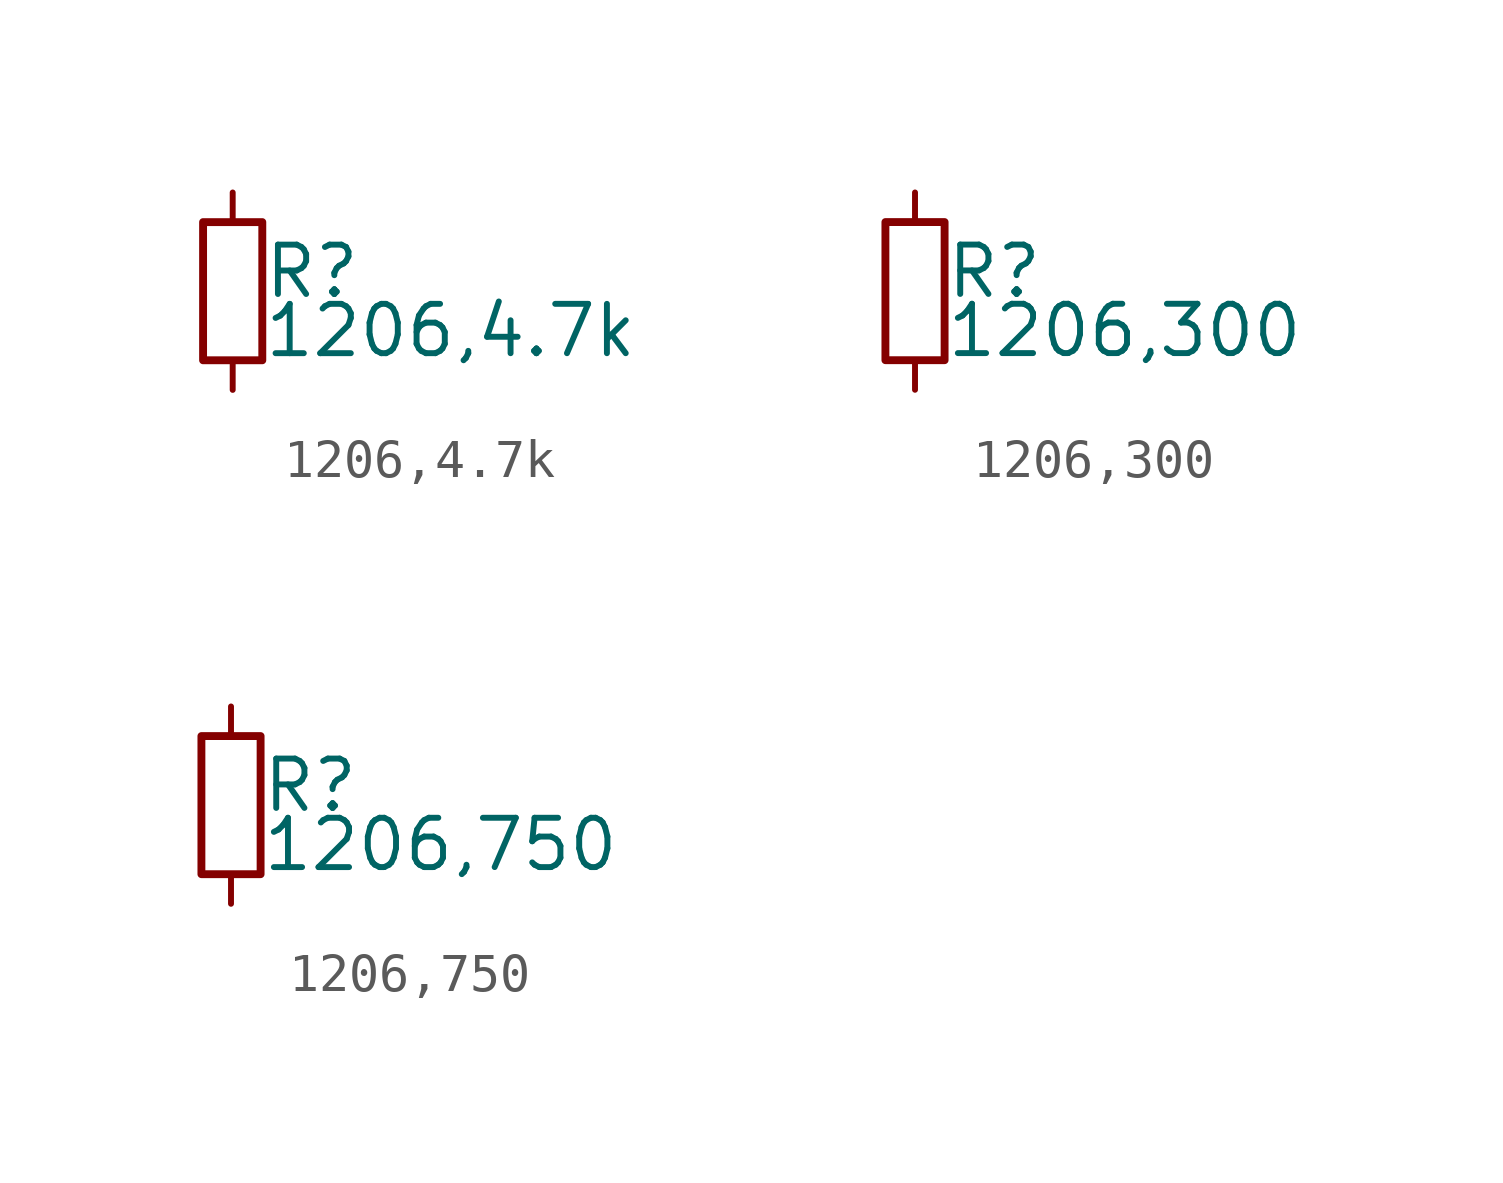
<source format=kicad_sym>
(kicad_symbol_lib
  (version 20220914)
  (generator kicad_symbol_editor)
  (symbol "1206,4.7k"
    (property "Reference" "R"
      (at 0.762 0.508 0)
      (effects (font (size 1.27 1.27)) (justify left)))
    (property "Value" "1206,4.7k"
      (at 0.762 -1.016 0)
      (effects (font (size 1.27 1.27)) (justify left)))
    (property "ki_locked" ""
      (at 0 0 0)
      (effects (font (size 1.27 1.27))))
    (symbol "1206,4.7k_0_0"
      (rectangle (start -0.762 1.778) (end 0.762 -1.778) (stroke (width 0.203) (type default)) (fill (type none)))
      (pin passive line (at 0 2.54 270) (length 0.762) (name "~" (effects (font (size 0 0)))) (number "1" (effects (font (size 0 0)))))
      (pin passive line (at 0 -2.54 90) (length 0.762) (name "~" (effects (font (size 0 0)))) (number "2" (effects (font (size 0 0)))))))
  (symbol "1206,300"
    (property "Reference" "R"
      (at 0.762 0.508 0)
      (effects (font (size 1.27 1.27)) (justify left)))
    (property "Value" "1206,300"
      (at 0.762 -1.016 0)
      (effects (font (size 1.27 1.27)) (justify left)))
    (property "ki_locked" ""
      (at 0 0 0)
      (effects (font (size 1.27 1.27))))
    (symbol "1206,300_0_0"
      (rectangle (start -0.762 1.778) (end 0.762 -1.778) (stroke (width 0.203) (type default)) (fill (type none)))
      (pin passive line (at 0 2.54 270) (length 0.762) (name "~" (effects (font (size 0 0)))) (number "1" (effects (font (size 0 0)))))
      (pin passive line (at 0 -2.54 90) (length 0.762) (name "~" (effects (font (size 0 0)))) (number "2" (effects (font (size 0 0)))))))
  (symbol "1206,750"
    (property "Reference" "R"
      (at 0.762 0.508 0)
      (effects (font (size 1.27 1.27)) (justify left)))
    (property "Value" "1206,750"
      (at 0.762 -1.016 0)
      (effects (font (size 1.27 1.27)) (justify left)))
    (property "ki_locked" ""
      (at 0 0 0)
      (effects (font (size 1.27 1.27))))
    (symbol "1206,750_0_0"
      (rectangle (start -0.762 1.778) (end 0.762 -1.778) (stroke (width 0.203) (type default)) (fill (type none)))
      (pin passive line (at 0 2.54 270) (length 0.762) (name "~" (effects (font (size 0 0)))) (number "1" (effects (font (size 0 0)))))
      (pin passive line (at 0 -2.54 90) (length 0.762) (name "~" (effects (font (size 0 0)))) (number "2" (effects (font (size 0 0))))))))
</source>
